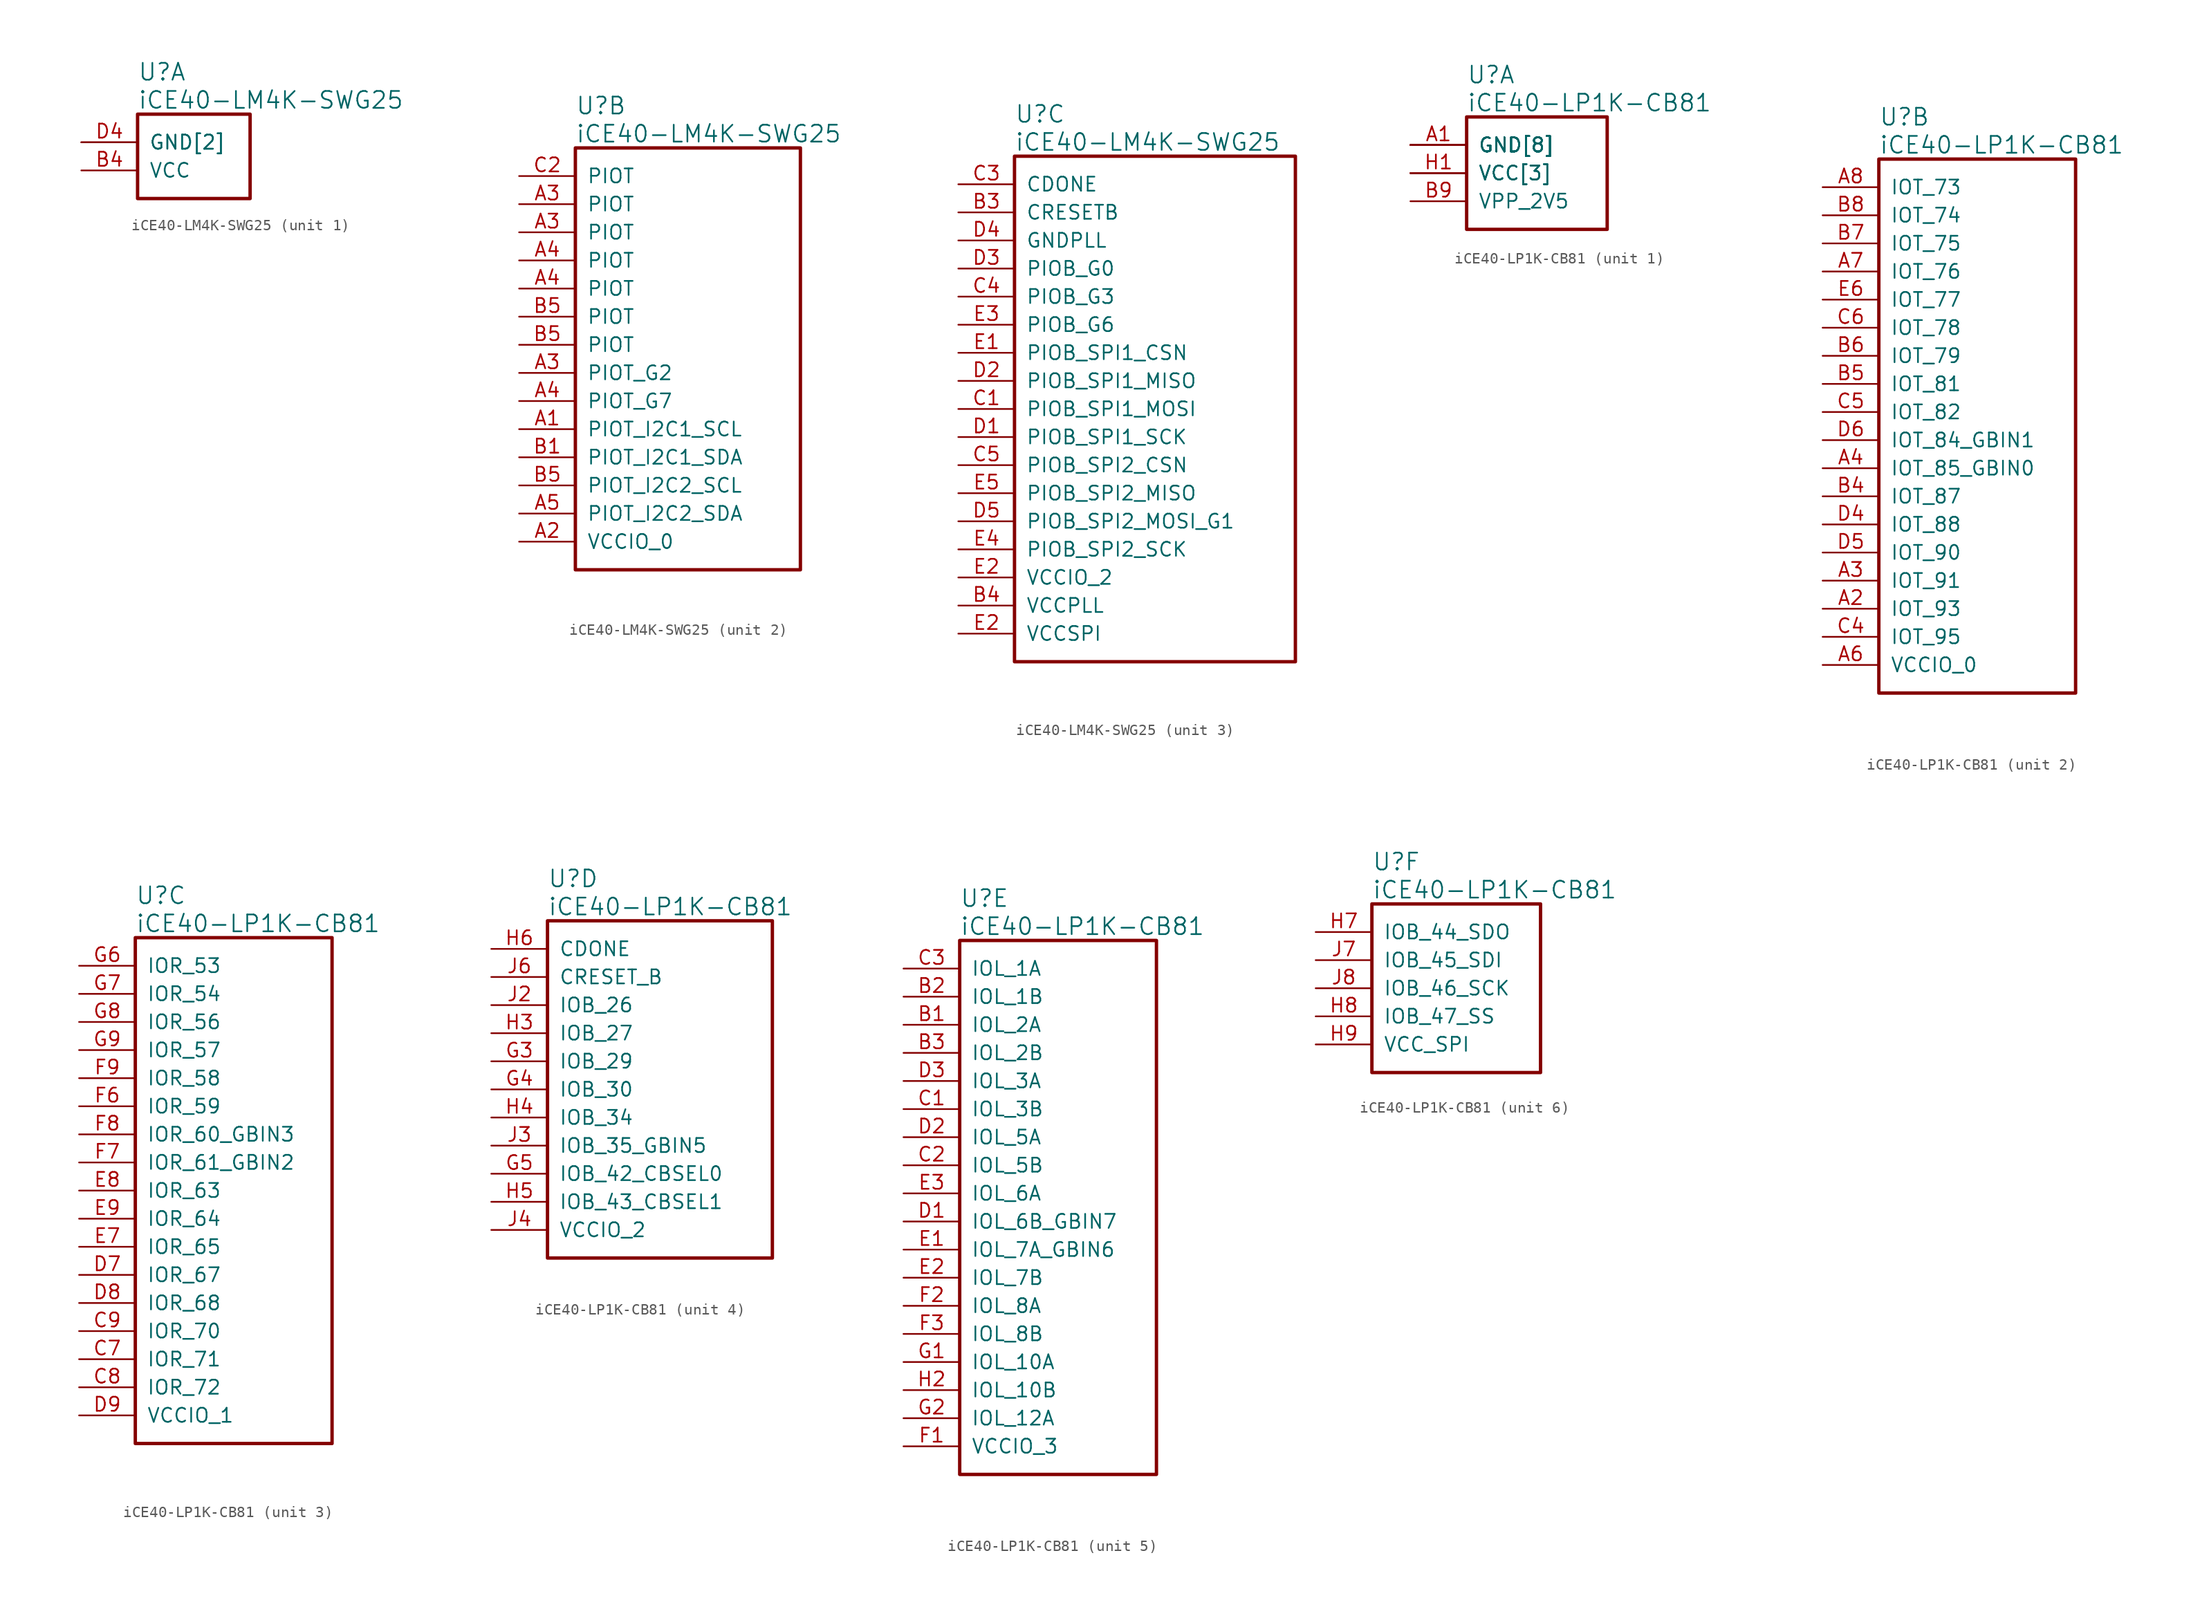
<source format=kicad_sym>
(kicad_symbol_lib
  (version 20241209)
  (generator "kicad_symbol_editor")
  (generator_version "9.0")
  (symbol "iCE40-LM4K-SWG25"
    (pin_names
      (offset 1.016))
    (property "Reference" "U"
      (at 5.08 6.35 0)
      (effects (font (size 1.524 1.524)) (justify left)))
    (property "Value" "iCE40-LM4K-SWG25"
      (at 5.08 3.81 0)
      (effects (font (size 1.524 1.524)) (justify left)))
    (property "ki_locked" ""
      (at 0 0 0)
      (effects (font (size 1.27 1.27))))
    (symbol "iCE40-LM4K-SWG25_1_1"
      (rectangle (start 5.08 2.54) (end 15.24 -5.08) (stroke (width 0.305) (type solid)) (fill (type none)))
      (pin power_in line (at 0 0 0) (length 5.08) (name "GND[2]" (effects (font (size 1.27 1.27)))) (number "B2" (effects (font (size 0 0)))))
      (pin power_in line (at 0 0 0) (length 5.08) (name "GND[2]" (effects (font (size 1.27 1.27)))) (number "D4" (effects (font (size 1.27 1.27)))))
      (pin power_in line (at 0 -2.54 0) (length 5.08) (name "VCC" (effects (font (size 1.27 1.27)))) (number "B4" (effects (font (size 1.27 1.27))))))
    (symbol "iCE40-LM4K-SWG25_2_1"
      (rectangle (start 5.08 2.54) (end 25.4 -35.56) (stroke (width 0.305) (type solid)) (fill (type none)))
      (pin bidirectional line (at 0 0 0) (length 5.08) (name "PIOT" (effects (font (size 1.27 1.27)))) (number "C2" (effects (font (size 1.27 1.27)))))
      (pin bidirectional line (at 0 -2.54 0) (length 5.08) (name "PIOT" (effects (font (size 1.27 1.27)))) (number "A3" (effects (font (size 1.27 1.27)))))
      (pin bidirectional line (at 0 -5.08 0) (length 5.08) (name "PIOT" (effects (font (size 1.27 1.27)))) (number "A3" (effects (font (size 1.27 1.27)))))
      (pin bidirectional line (at 0 -7.62 0) (length 5.08) (name "PIOT" (effects (font (size 1.27 1.27)))) (number "A4" (effects (font (size 1.27 1.27)))))
      (pin bidirectional line (at 0 -10.16 0) (length 5.08) (name "PIOT" (effects (font (size 1.27 1.27)))) (number "A4" (effects (font (size 1.27 1.27)))))
      (pin bidirectional line (at 0 -12.7 0) (length 5.08) (name "PIOT" (effects (font (size 1.27 1.27)))) (number "B5" (effects (font (size 1.27 1.27)))))
      (pin bidirectional line (at 0 -15.24 0) (length 5.08) (name "PIOT" (effects (font (size 1.27 1.27)))) (number "B5" (effects (font (size 1.27 1.27)))))
      (pin bidirectional line (at 0 -17.78 0) (length 5.08) (name "PIOT_G2" (effects (font (size 1.27 1.27)))) (number "A3" (effects (font (size 1.27 1.27)))))
      (pin bidirectional line (at 0 -20.32 0) (length 5.08) (name "PIOT_G7" (effects (font (size 1.27 1.27)))) (number "A4" (effects (font (size 1.27 1.27)))))
      (pin bidirectional line (at 0 -22.86 0) (length 5.08) (name "PIOT_I2C1_SCL" (effects (font (size 1.27 1.27)))) (number "A1" (effects (font (size 1.27 1.27)))))
      (pin bidirectional line (at 0 -25.4 0) (length 5.08) (name "PIOT_I2C1_SDA" (effects (font (size 1.27 1.27)))) (number "B1" (effects (font (size 1.27 1.27)))))
      (pin bidirectional line (at 0 -27.94 0) (length 5.08) (name "PIOT_I2C2_SCL" (effects (font (size 1.27 1.27)))) (number "B5" (effects (font (size 1.27 1.27)))))
      (pin bidirectional line (at 0 -30.48 0) (length 5.08) (name "PIOT_I2C2_SDA" (effects (font (size 1.27 1.27)))) (number "A5" (effects (font (size 1.27 1.27)))))
      (pin power_in line (at 0 -33.02 0) (length 5.08) (name "VCCIO_0" (effects (font (size 1.27 1.27)))) (number "A2" (effects (font (size 1.27 1.27))))))
    (symbol "iCE40-LM4K-SWG25_3_1"
      (rectangle (start 5.08 2.54) (end 30.48 -43.18) (stroke (width 0.305) (type solid)) (fill (type none)))
      (pin output line (at 0 0 0) (length 5.08) (name "CDONE" (effects (font (size 1.27 1.27)))) (number "C3" (effects (font (size 1.27 1.27)))))
      (pin input line (at 0 -2.54 0) (length 5.08) (name "CRESETB" (effects (font (size 1.27 1.27)))) (number "B3" (effects (font (size 1.27 1.27)))))
      (pin power_in line (at 0 -5.08 0) (length 5.08) (name "GNDPLL" (effects (font (size 1.27 1.27)))) (number "D4" (effects (font (size 1.27 1.27)))))
      (pin bidirectional line (at 0 -7.62 0) (length 5.08) (name "PIOB_G0" (effects (font (size 1.27 1.27)))) (number "D3" (effects (font (size 1.27 1.27)))))
      (pin bidirectional line (at 0 -10.16 0) (length 5.08) (name "PIOB_G3" (effects (font (size 1.27 1.27)))) (number "C4" (effects (font (size 1.27 1.27)))))
      (pin bidirectional line (at 0 -12.7 0) (length 5.08) (name "PIOB_G6" (effects (font (size 1.27 1.27)))) (number "E3" (effects (font (size 1.27 1.27)))))
      (pin bidirectional line (at 0 -15.24 0) (length 5.08) (name "PIOB_SPI1_CSN" (effects (font (size 1.27 1.27)))) (number "E1" (effects (font (size 1.27 1.27)))))
      (pin bidirectional line (at 0 -17.78 0) (length 5.08) (name "PIOB_SPI1_MISO" (effects (font (size 1.27 1.27)))) (number "D2" (effects (font (size 1.27 1.27)))))
      (pin bidirectional line (at 0 -20.32 0) (length 5.08) (name "PIOB_SPI1_MOSI" (effects (font (size 1.27 1.27)))) (number "C1" (effects (font (size 1.27 1.27)))))
      (pin bidirectional line (at 0 -22.86 0) (length 5.08) (name "PIOB_SPI1_SCK" (effects (font (size 1.27 1.27)))) (number "D1" (effects (font (size 1.27 1.27)))))
      (pin bidirectional line (at 0 -25.4 0) (length 5.08) (name "PIOB_SPI2_CSN" (effects (font (size 1.27 1.27)))) (number "C5" (effects (font (size 1.27 1.27)))))
      (pin bidirectional line (at 0 -27.94 0) (length 5.08) (name "PIOB_SPI2_MISO" (effects (font (size 1.27 1.27)))) (number "E5" (effects (font (size 1.27 1.27)))))
      (pin bidirectional line (at 0 -30.48 0) (length 5.08) (name "PIOB_SPI2_MOSI_G1" (effects (font (size 1.27 1.27)))) (number "D5" (effects (font (size 1.27 1.27)))))
      (pin bidirectional line (at 0 -33.02 0) (length 5.08) (name "PIOB_SPI2_SCK" (effects (font (size 1.27 1.27)))) (number "E4" (effects (font (size 1.27 1.27)))))
      (pin power_in line (at 0 -35.56 0) (length 5.08) (name "VCCIO_2" (effects (font (size 1.27 1.27)))) (number "E2" (effects (font (size 1.27 1.27)))))
      (pin power_in line (at 0 -38.1 0) (length 5.08) (name "VCCPLL" (effects (font (size 1.27 1.27)))) (number "B4" (effects (font (size 1.27 1.27)))))
      (pin power_in line (at 0 -40.64 0) (length 5.08) (name "VCCSPI" (effects (font (size 1.27 1.27)))) (number "E2" (effects (font (size 1.27 1.27)))))))
  (symbol "iCE40-LP1K-CB81"
    (pin_names
      (offset 1.016))
    (property "Reference" "U"
      (at 5.08 6.35 0)
      (effects (font (size 1.524 1.524)) (justify left)))
    (property "Value" "iCE40-LP1K-CB81"
      (at 5.08 3.81 0)
      (effects (font (size 1.524 1.524)) (justify left)))
    (property "ki_locked" ""
      (at 0 0 0)
      (effects (font (size 1.27 1.27))))
    (symbol "iCE40-LP1K-CB81_1_1"
      (rectangle (start 5.08 2.54) (end 17.78 -7.62) (stroke (width 0.305) (type solid)) (fill (type none)))
      (pin power_in line (at 0 0 0) (length 5.08) (name "GND[8]" (effects (font (size 1.27 1.27)))) (number "A1" (effects (font (size 1.27 1.27)))))
      (pin power_in line (at 0 0 0) (length 5.08) (name "GND[8]" (effects (font (size 1.27 1.27)))) (number "A9" (effects (font (size 0 0)))))
      (pin power_in line (at 0 0 0) (length 5.08) (name "GND[8]" (effects (font (size 1.27 1.27)))) (number "E4" (effects (font (size 0 0)))))
      (pin power_in line (at 0 0 0) (length 5.08) (name "GND[8]" (effects (font (size 1.27 1.27)))) (number "E5" (effects (font (size 0 0)))))
      (pin power_in line (at 0 0 0) (length 5.08) (name "GND[8]" (effects (font (size 1.27 1.27)))) (number "F4" (effects (font (size 0 0)))))
      (pin power_in line (at 0 0 0) (length 5.08) (name "GND[8]" (effects (font (size 1.27 1.27)))) (number "F5" (effects (font (size 0 0)))))
      (pin power_in line (at 0 0 0) (length 5.08) (name "GND[8]" (effects (font (size 1.27 1.27)))) (number "J1" (effects (font (size 0 0)))))
      (pin power_in line (at 0 0 0) (length 5.08) (name "GND[8]" (effects (font (size 1.27 1.27)))) (number "J9" (effects (font (size 0 0)))))
      (pin power_in line (at 0 -2.54 0) (length 5.08) (name "VCC[3]" (effects (font (size 1.27 1.27)))) (number "A5" (effects (font (size 0 0)))))
      (pin power_in line (at 0 -2.54 0) (length 5.08) (name "VCC[3]" (effects (font (size 1.27 1.27)))) (number "H1" (effects (font (size 1.27 1.27)))))
      (pin power_in line (at 0 -2.54 0) (length 5.08) (name "VCC[3]" (effects (font (size 1.27 1.27)))) (number "J5" (effects (font (size 0 0)))))
      (pin power_in line (at 0 -5.08 0) (length 5.08) (name "VPP_2V5" (effects (font (size 1.27 1.27)))) (number "B9" (effects (font (size 1.27 1.27))))))
    (symbol "iCE40-LP1K-CB81_2_1"
      (rectangle (start 5.08 2.54) (end 22.86 -45.72) (stroke (width 0.305) (type solid)) (fill (type none)))
      (pin bidirectional line (at 0 0 0) (length 5.08) (name "IOT_73" (effects (font (size 1.27 1.27)))) (number "A8" (effects (font (size 1.27 1.27)))))
      (pin bidirectional line (at 0 -2.54 0) (length 5.08) (name "IOT_74" (effects (font (size 1.27 1.27)))) (number "B8" (effects (font (size 1.27 1.27)))))
      (pin bidirectional line (at 0 -5.08 0) (length 5.08) (name "IOT_75" (effects (font (size 1.27 1.27)))) (number "B7" (effects (font (size 1.27 1.27)))))
      (pin bidirectional line (at 0 -7.62 0) (length 5.08) (name "IOT_76" (effects (font (size 1.27 1.27)))) (number "A7" (effects (font (size 1.27 1.27)))))
      (pin bidirectional line (at 0 -10.16 0) (length 5.08) (name "IOT_77" (effects (font (size 1.27 1.27)))) (number "E6" (effects (font (size 1.27 1.27)))))
      (pin bidirectional line (at 0 -12.7 0) (length 5.08) (name "IOT_78" (effects (font (size 1.27 1.27)))) (number "C6" (effects (font (size 1.27 1.27)))))
      (pin bidirectional line (at 0 -15.24 0) (length 5.08) (name "IOT_79" (effects (font (size 1.27 1.27)))) (number "B6" (effects (font (size 1.27 1.27)))))
      (pin bidirectional line (at 0 -17.78 0) (length 5.08) (name "IOT_81" (effects (font (size 1.27 1.27)))) (number "B5" (effects (font (size 1.27 1.27)))))
      (pin bidirectional line (at 0 -20.32 0) (length 5.08) (name "IOT_82" (effects (font (size 1.27 1.27)))) (number "C5" (effects (font (size 1.27 1.27)))))
      (pin bidirectional line (at 0 -22.86 0) (length 5.08) (name "IOT_84_GBIN1" (effects (font (size 1.27 1.27)))) (number "D6" (effects (font (size 1.27 1.27)))))
      (pin bidirectional line (at 0 -25.4 0) (length 5.08) (name "IOT_85_GBIN0" (effects (font (size 1.27 1.27)))) (number "A4" (effects (font (size 1.27 1.27)))))
      (pin bidirectional line (at 0 -27.94 0) (length 5.08) (name "IOT_87" (effects (font (size 1.27 1.27)))) (number "B4" (effects (font (size 1.27 1.27)))))
      (pin bidirectional line (at 0 -30.48 0) (length 5.08) (name "IOT_88" (effects (font (size 1.27 1.27)))) (number "D4" (effects (font (size 1.27 1.27)))))
      (pin bidirectional line (at 0 -33.02 0) (length 5.08) (name "IOT_90" (effects (font (size 1.27 1.27)))) (number "D5" (effects (font (size 1.27 1.27)))))
      (pin bidirectional line (at 0 -35.56 0) (length 5.08) (name "IOT_91" (effects (font (size 1.27 1.27)))) (number "A3" (effects (font (size 1.27 1.27)))))
      (pin bidirectional line (at 0 -38.1 0) (length 5.08) (name "IOT_93" (effects (font (size 1.27 1.27)))) (number "A2" (effects (font (size 1.27 1.27)))))
      (pin bidirectional line (at 0 -40.64 0) (length 5.08) (name "IOT_95" (effects (font (size 1.27 1.27)))) (number "C4" (effects (font (size 1.27 1.27)))))
      (pin power_in line (at 0 -43.18 0) (length 5.08) (name "VCCIO_0" (effects (font (size 1.27 1.27)))) (number "A6" (effects (font (size 1.27 1.27))))))
    (symbol "iCE40-LP1K-CB81_3_1"
      (rectangle (start 5.08 2.54) (end 22.86 -43.18) (stroke (width 0.305) (type solid)) (fill (type none)))
      (pin bidirectional line (at 0 0 0) (length 5.08) (name "IOR_53" (effects (font (size 1.27 1.27)))) (number "G6" (effects (font (size 1.27 1.27)))))
      (pin bidirectional line (at 0 -2.54 0) (length 5.08) (name "IOR_54" (effects (font (size 1.27 1.27)))) (number "G7" (effects (font (size 1.27 1.27)))))
      (pin bidirectional line (at 0 -5.08 0) (length 5.08) (name "IOR_56" (effects (font (size 1.27 1.27)))) (number "G8" (effects (font (size 1.27 1.27)))))
      (pin bidirectional line (at 0 -7.62 0) (length 5.08) (name "IOR_57" (effects (font (size 1.27 1.27)))) (number "G9" (effects (font (size 1.27 1.27)))))
      (pin bidirectional line (at 0 -10.16 0) (length 5.08) (name "IOR_58" (effects (font (size 1.27 1.27)))) (number "F9" (effects (font (size 1.27 1.27)))))
      (pin bidirectional line (at 0 -12.7 0) (length 5.08) (name "IOR_59" (effects (font (size 1.27 1.27)))) (number "F6" (effects (font (size 1.27 1.27)))))
      (pin bidirectional line (at 0 -15.24 0) (length 5.08) (name "IOR_60_GBIN3" (effects (font (size 1.27 1.27)))) (number "F8" (effects (font (size 1.27 1.27)))))
      (pin bidirectional line (at 0 -17.78 0) (length 5.08) (name "IOR_61_GBIN2" (effects (font (size 1.27 1.27)))) (number "F7" (effects (font (size 1.27 1.27)))))
      (pin bidirectional line (at 0 -20.32 0) (length 5.08) (name "IOR_63" (effects (font (size 1.27 1.27)))) (number "E8" (effects (font (size 1.27 1.27)))))
      (pin bidirectional line (at 0 -22.86 0) (length 5.08) (name "IOR_64" (effects (font (size 1.27 1.27)))) (number "E9" (effects (font (size 1.27 1.27)))))
      (pin bidirectional line (at 0 -25.4 0) (length 5.08) (name "IOR_65" (effects (font (size 1.27 1.27)))) (number "E7" (effects (font (size 1.27 1.27)))))
      (pin bidirectional line (at 0 -27.94 0) (length 5.08) (name "IOR_67" (effects (font (size 1.27 1.27)))) (number "D7" (effects (font (size 1.27 1.27)))))
      (pin bidirectional line (at 0 -30.48 0) (length 5.08) (name "IOR_68" (effects (font (size 1.27 1.27)))) (number "D8" (effects (font (size 1.27 1.27)))))
      (pin bidirectional line (at 0 -33.02 0) (length 5.08) (name "IOR_70" (effects (font (size 1.27 1.27)))) (number "C9" (effects (font (size 1.27 1.27)))))
      (pin bidirectional line (at 0 -35.56 0) (length 5.08) (name "IOR_71" (effects (font (size 1.27 1.27)))) (number "C7" (effects (font (size 1.27 1.27)))))
      (pin bidirectional line (at 0 -38.1 0) (length 5.08) (name "IOR_72" (effects (font (size 1.27 1.27)))) (number "C8" (effects (font (size 1.27 1.27)))))
      (pin power_in line (at 0 -40.64 0) (length 5.08) (name "VCCIO_1" (effects (font (size 1.27 1.27)))) (number "D9" (effects (font (size 1.27 1.27))))))
    (symbol "iCE40-LP1K-CB81_4_1"
      (rectangle (start 5.08 2.54) (end 25.4 -27.94) (stroke (width 0.305) (type solid)) (fill (type none)))
      (pin output line (at 0 0 0) (length 5.08) (name "CDONE" (effects (font (size 1.27 1.27)))) (number "H6" (effects (font (size 1.27 1.27)))))
      (pin input line (at 0 -2.54 0) (length 5.08) (name "CRESET_B" (effects (font (size 1.27 1.27)))) (number "J6" (effects (font (size 1.27 1.27)))))
      (pin bidirectional line (at 0 -5.08 0) (length 5.08) (name "IOB_26" (effects (font (size 1.27 1.27)))) (number "J2" (effects (font (size 1.27 1.27)))))
      (pin bidirectional line (at 0 -7.62 0) (length 5.08) (name "IOB_27" (effects (font (size 1.27 1.27)))) (number "H3" (effects (font (size 1.27 1.27)))))
      (pin bidirectional line (at 0 -10.16 0) (length 5.08) (name "IOB_29" (effects (font (size 1.27 1.27)))) (number "G3" (effects (font (size 1.27 1.27)))))
      (pin bidirectional line (at 0 -12.7 0) (length 5.08) (name "IOB_30" (effects (font (size 1.27 1.27)))) (number "G4" (effects (font (size 1.27 1.27)))))
      (pin bidirectional line (at 0 -15.24 0) (length 5.08) (name "IOB_34" (effects (font (size 1.27 1.27)))) (number "H4" (effects (font (size 1.27 1.27)))))
      (pin bidirectional line (at 0 -17.78 0) (length 5.08) (name "IOB_35_GBIN5" (effects (font (size 1.27 1.27)))) (number "J3" (effects (font (size 1.27 1.27)))))
      (pin bidirectional line (at 0 -20.32 0) (length 5.08) (name "IOB_42_CBSEL0" (effects (font (size 1.27 1.27)))) (number "G5" (effects (font (size 1.27 1.27)))))
      (pin bidirectional line (at 0 -22.86 0) (length 5.08) (name "IOB_43_CBSEL1" (effects (font (size 1.27 1.27)))) (number "H5" (effects (font (size 1.27 1.27)))))
      (pin power_in line (at 0 -25.4 0) (length 5.08) (name "VCCIO_2" (effects (font (size 1.27 1.27)))) (number "J4" (effects (font (size 1.27 1.27))))))
    (symbol "iCE40-LP1K-CB81_5_1"
      (rectangle (start 5.08 2.54) (end 22.86 -45.72) (stroke (width 0.305) (type solid)) (fill (type none)))
      (pin bidirectional line (at 0 0 0) (length 5.08) (name "IOL_1A" (effects (font (size 1.27 1.27)))) (number "C3" (effects (font (size 1.27 1.27)))))
      (pin bidirectional line (at 0 -2.54 0) (length 5.08) (name "IOL_1B" (effects (font (size 1.27 1.27)))) (number "B2" (effects (font (size 1.27 1.27)))))
      (pin bidirectional line (at 0 -5.08 0) (length 5.08) (name "IOL_2A" (effects (font (size 1.27 1.27)))) (number "B1" (effects (font (size 1.27 1.27)))))
      (pin bidirectional line (at 0 -7.62 0) (length 5.08) (name "IOL_2B" (effects (font (size 1.27 1.27)))) (number "B3" (effects (font (size 1.27 1.27)))))
      (pin bidirectional line (at 0 -10.16 0) (length 5.08) (name "IOL_3A" (effects (font (size 1.27 1.27)))) (number "D3" (effects (font (size 1.27 1.27)))))
      (pin bidirectional line (at 0 -12.7 0) (length 5.08) (name "IOL_3B" (effects (font (size 1.27 1.27)))) (number "C1" (effects (font (size 1.27 1.27)))))
      (pin bidirectional line (at 0 -15.24 0) (length 5.08) (name "IOL_5A" (effects (font (size 1.27 1.27)))) (number "D2" (effects (font (size 1.27 1.27)))))
      (pin bidirectional line (at 0 -17.78 0) (length 5.08) (name "IOL_5B" (effects (font (size 1.27 1.27)))) (number "C2" (effects (font (size 1.27 1.27)))))
      (pin bidirectional line (at 0 -20.32 0) (length 5.08) (name "IOL_6A" (effects (font (size 1.27 1.27)))) (number "E3" (effects (font (size 1.27 1.27)))))
      (pin bidirectional line (at 0 -22.86 0) (length 5.08) (name "IOL_6B_GBIN7" (effects (font (size 1.27 1.27)))) (number "D1" (effects (font (size 1.27 1.27)))))
      (pin bidirectional line (at 0 -25.4 0) (length 5.08) (name "IOL_7A_GBIN6" (effects (font (size 1.27 1.27)))) (number "E1" (effects (font (size 1.27 1.27)))))
      (pin bidirectional line (at 0 -27.94 0) (length 5.08) (name "IOL_7B" (effects (font (size 1.27 1.27)))) (number "E2" (effects (font (size 1.27 1.27)))))
      (pin bidirectional line (at 0 -30.48 0) (length 5.08) (name "IOL_8A" (effects (font (size 1.27 1.27)))) (number "F2" (effects (font (size 1.27 1.27)))))
      (pin bidirectional line (at 0 -33.02 0) (length 5.08) (name "IOL_8B" (effects (font (size 1.27 1.27)))) (number "F3" (effects (font (size 1.27 1.27)))))
      (pin bidirectional line (at 0 -35.56 0) (length 5.08) (name "IOL_10A" (effects (font (size 1.27 1.27)))) (number "G1" (effects (font (size 1.27 1.27)))))
      (pin bidirectional line (at 0 -38.1 0) (length 5.08) (name "IOL_10B" (effects (font (size 1.27 1.27)))) (number "H2" (effects (font (size 1.27 1.27)))))
      (pin bidirectional line (at 0 -40.64 0) (length 5.08) (name "IOL_12A" (effects (font (size 1.27 1.27)))) (number "G2" (effects (font (size 1.27 1.27)))))
      (pin power_in line (at 0 -43.18 0) (length 5.08) (name "VCCIO_3" (effects (font (size 1.27 1.27)))) (number "F1" (effects (font (size 1.27 1.27))))))
    (symbol "iCE40-LP1K-CB81_6_1"
      (rectangle (start 5.08 2.54) (end 20.32 -12.7) (stroke (width 0.305) (type solid)) (fill (type none)))
      (pin bidirectional line (at 0 0 0) (length 5.08) (name "IOB_44_SDO" (effects (font (size 1.27 1.27)))) (number "H7" (effects (font (size 1.27 1.27)))))
      (pin bidirectional line (at 0 -2.54 0) (length 5.08) (name "IOB_45_SDI" (effects (font (size 1.27 1.27)))) (number "J7" (effects (font (size 1.27 1.27)))))
      (pin bidirectional line (at 0 -5.08 0) (length 5.08) (name "IOB_46_SCK" (effects (font (size 1.27 1.27)))) (number "J8" (effects (font (size 1.27 1.27)))))
      (pin bidirectional line (at 0 -7.62 0) (length 5.08) (name "IOB_47_SS" (effects (font (size 1.27 1.27)))) (number "H8" (effects (font (size 1.27 1.27)))))
      (pin power_in line (at 0 -10.16 0) (length 5.08) (name "VCC_SPI" (effects (font (size 1.27 1.27)))) (number "H9" (effects (font (size 1.27 1.27))))))))
</source>
